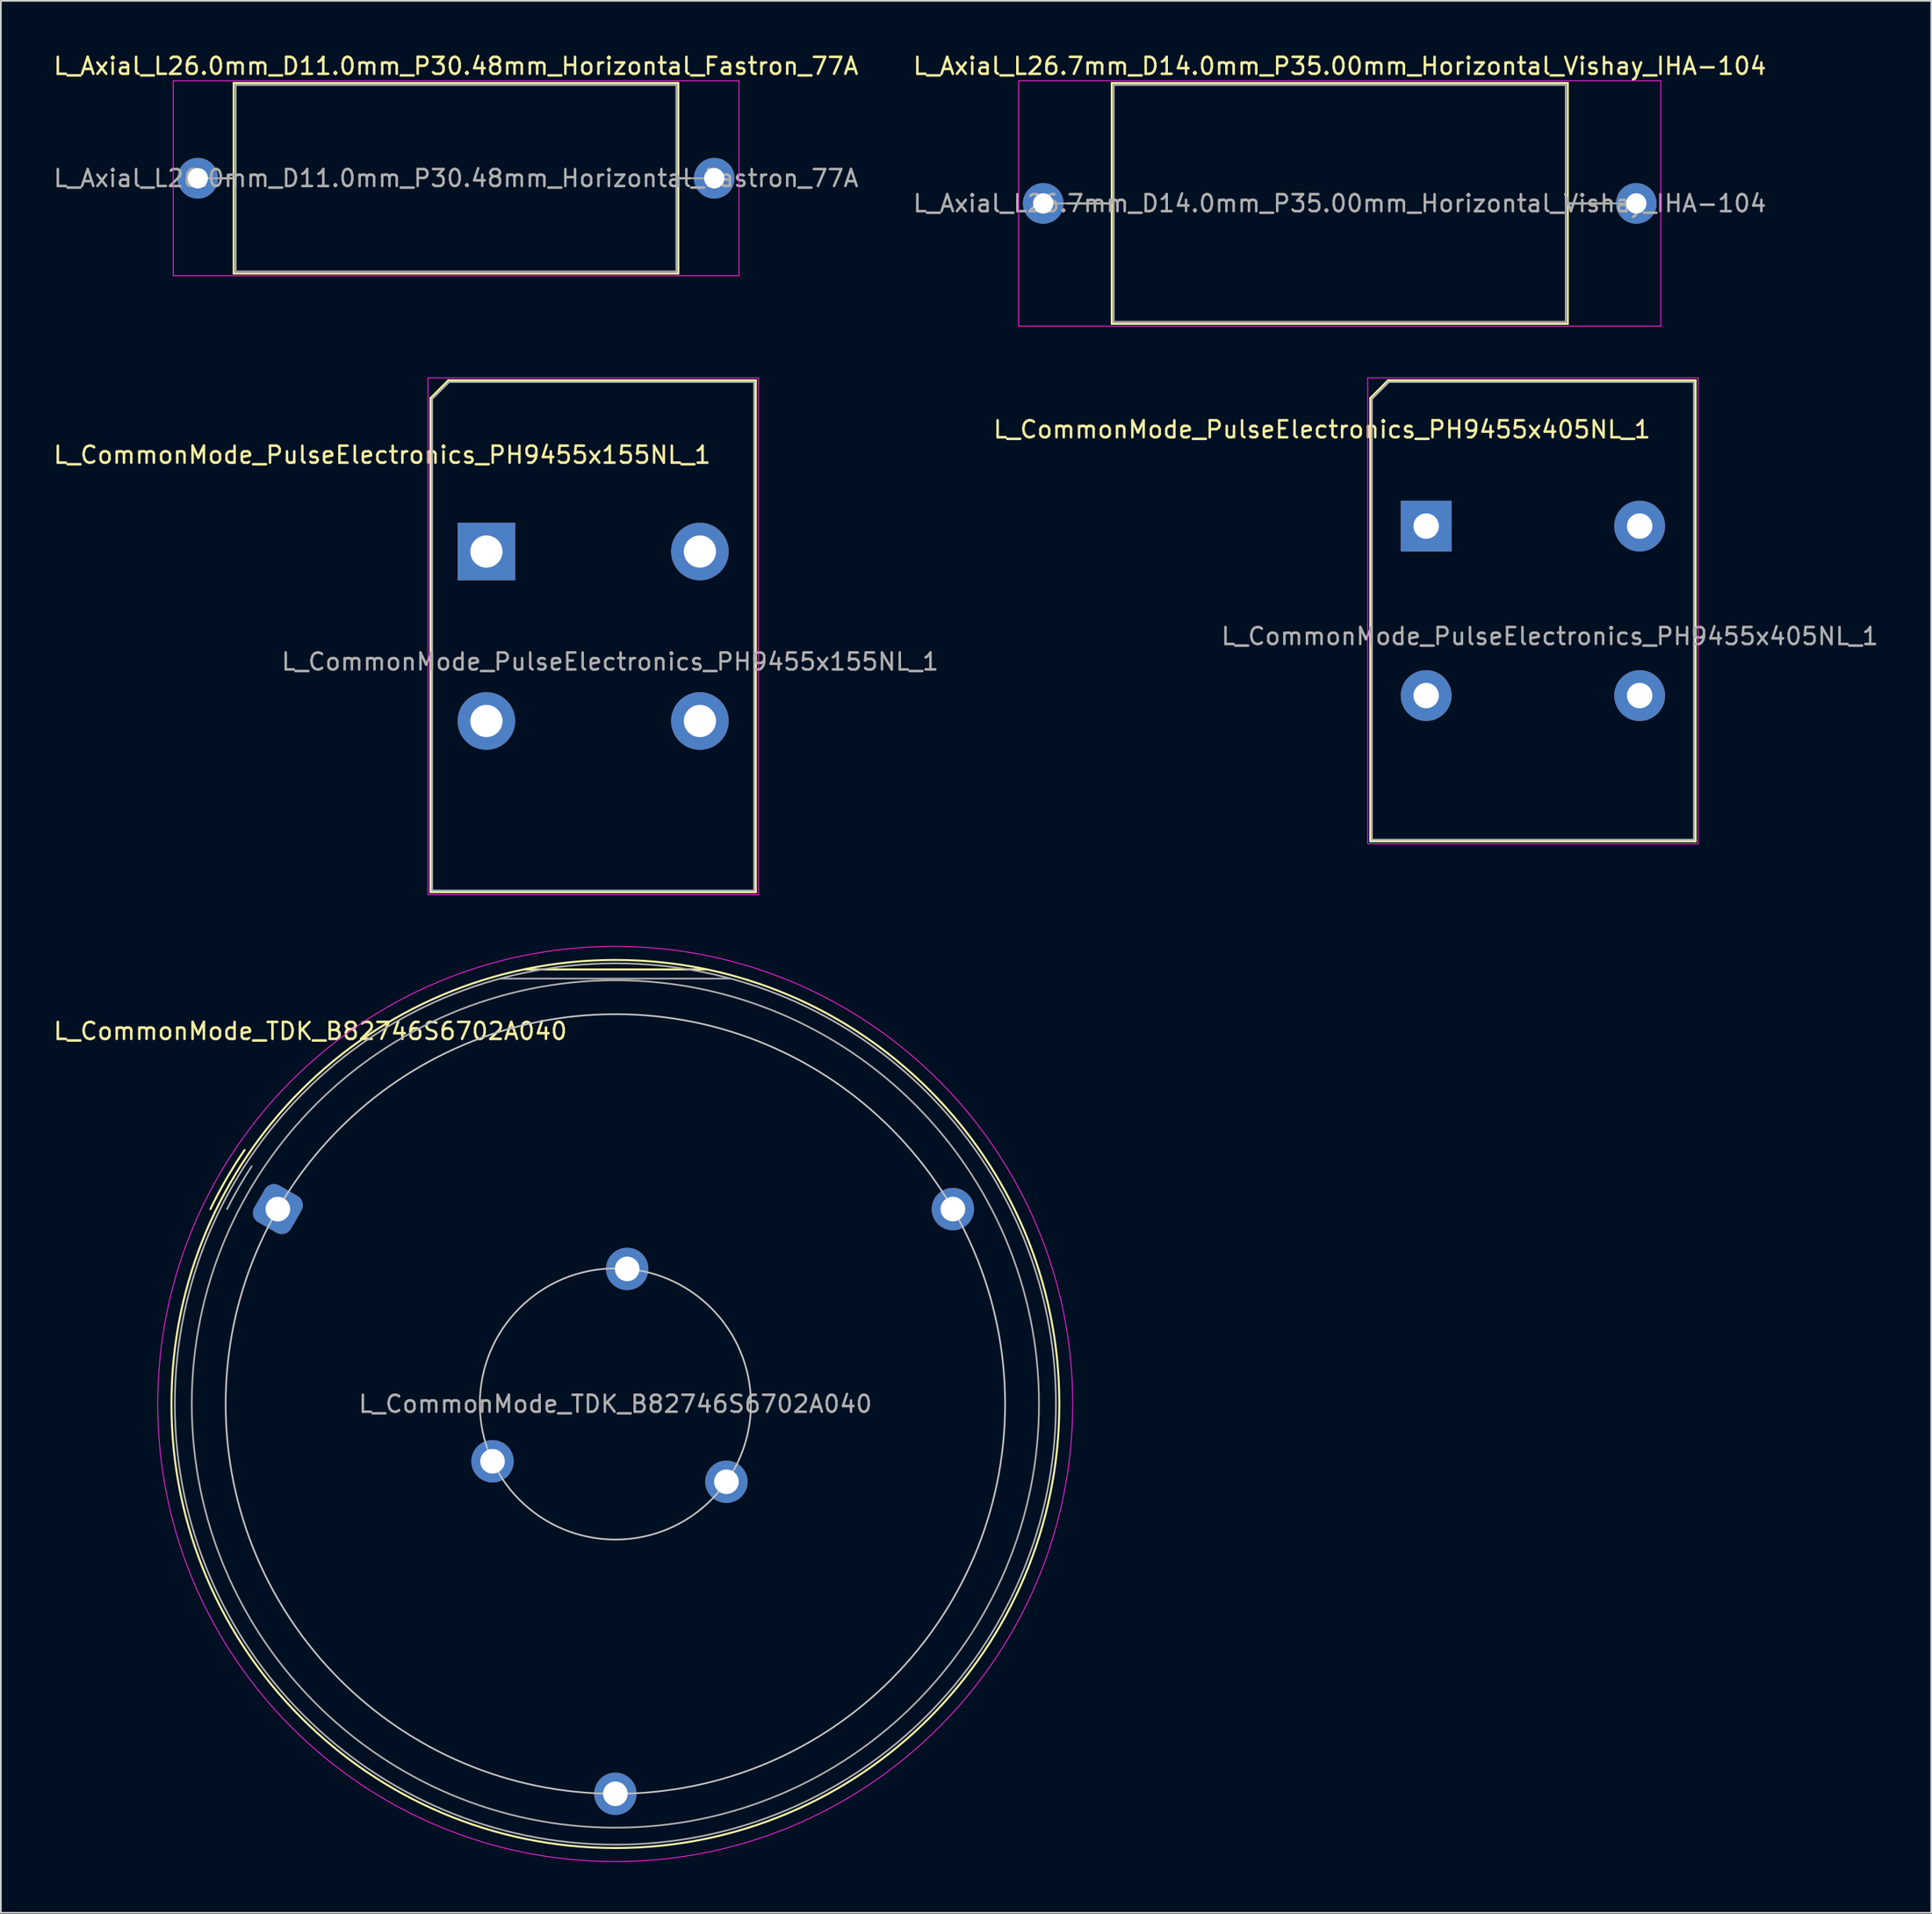
<source format=kicad_pcb>
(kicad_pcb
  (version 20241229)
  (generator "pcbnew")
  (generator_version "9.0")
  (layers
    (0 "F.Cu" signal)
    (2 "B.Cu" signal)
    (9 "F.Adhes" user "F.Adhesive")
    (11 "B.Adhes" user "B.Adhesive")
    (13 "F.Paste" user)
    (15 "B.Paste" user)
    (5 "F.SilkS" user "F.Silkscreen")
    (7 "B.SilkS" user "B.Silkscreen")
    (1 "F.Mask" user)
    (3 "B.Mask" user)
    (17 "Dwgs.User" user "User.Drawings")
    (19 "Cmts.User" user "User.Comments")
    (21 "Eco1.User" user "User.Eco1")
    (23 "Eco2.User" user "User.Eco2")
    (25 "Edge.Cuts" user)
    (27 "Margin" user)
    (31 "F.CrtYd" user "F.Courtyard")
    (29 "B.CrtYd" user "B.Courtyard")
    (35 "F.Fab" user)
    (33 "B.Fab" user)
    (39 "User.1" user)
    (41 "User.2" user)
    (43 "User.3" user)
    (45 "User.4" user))
  (footprint "L_CommonMode_PulseElectronics_PH9455x405NL_1"
    (layer "F.Cu")
    (at 81.118 27.993)
    (property "Reference" "L_CommonMode_PulseElectronics_PH9455x405NL_1" (at -6.15 -5.7 0) (unlocked yes) (layer "F.SilkS") (effects (font (size 1 1) (thickness 0.15))))
    (attr through_hole)
    (fp_line (start -3.3 -7.55) (end -3.3 18.6) (stroke (width 0.12) (type solid)) (layer "F.SilkS"))
    (fp_line (start -3.3 18.6) (end 15.9 18.6) (stroke (width 0.12) (type solid)) (layer "F.SilkS"))
    (fp_line (start -2.25 -8.6) (end -3.3 -7.55) (stroke (width 0.12) (type solid)) (layer "F.SilkS"))
    (fp_line (start 15.9 -8.6) (end -2.25 -8.6) (stroke (width 0.12) (type solid)) (layer "F.SilkS"))
    (fp_line (start 15.9 18.6) (end 15.9 -8.6) (stroke (width 0.12) (type solid)) (layer "F.SilkS"))
    (fp_rect (start -3.45 -8.75) (end 16.05 18.75) (stroke (width 0.05) (type solid)) (fill no) (layer "F.CrtYd"))
    (fp_line (start -3.2 -7.5) (end -2.2 -8.5) (stroke (width 0.1) (type solid)) (layer "F.Fab"))
    (fp_line (start -3.2 18.5) (end -3.2 -7.5) (stroke (width 0.1) (type solid)) (layer "F.Fab"))
    (fp_line (start -2.2 -8.5) (end 15.8 -8.5) (stroke (width 0.1) (type solid)) (layer "F.Fab"))
    (fp_line (start 15.8 -8.5) (end 15.8 18.5) (stroke (width 0.1) (type solid)) (layer "F.Fab"))
    (fp_line (start 15.8 18.5) (end -3.2 18.5) (stroke (width 0.1) (type solid)) (layer "F.Fab"))
    (fp_text user "${REFERENCE}" (at 7.3 6.5 0) (unlocked yes) (layer "F.Fab") (effects (font (size 1 1) (thickness 0.15))))
    (pad "1" thru_hole rect (at 0 0) (size 3 3) (drill 1.5) (layers "*.Cu" "*.Mask"))
    (pad "2" thru_hole circle (at 0 10) (size 3 3) (drill 1.5) (layers "*.Cu" "*.Mask"))
    (pad "3" thru_hole circle (at 12.6 10) (size 3 3) (drill 1.5) (layers "*.Cu" "*.Mask"))
    (pad "4" thru_hole circle (at 12.6 0) (size 3 3) (drill 1.5) (layers "*.Cu" "*.Mask")))
  (footprint "L_Axial_L26.0mm_D11.0mm_P30.48mm_Horizontal_Fastron_77A"
    (layer "F.Cu")
    (at 8.623 7.468)
    (property "Reference" "L_Axial_L26.0mm_D11.0mm_P30.48mm_Horizontal_Fastron_77A" (at 15.24 -6.62 0) (layer "F.SilkS") (effects (font (size 1 1) (thickness 0.15))))
    (attr through_hole)
    (fp_line (start 1.44 0) (end 2.12 0) (stroke (width 0.12) (type solid)) (layer "F.SilkS"))
    (fp_line (start 2.12 -5.62) (end 2.12 5.62) (stroke (width 0.12) (type solid)) (layer "F.SilkS"))
    (fp_line (start 2.12 5.62) (end 28.36 5.62) (stroke (width 0.12) (type solid)) (layer "F.SilkS"))
    (fp_line (start 28.36 -5.62) (end 2.12 -5.62) (stroke (width 0.12) (type solid)) (layer "F.SilkS"))
    (fp_line (start 28.36 5.62) (end 28.36 -5.62) (stroke (width 0.12) (type solid)) (layer "F.SilkS"))
    (fp_line (start 29.04 0) (end 28.36 0) (stroke (width 0.12) (type solid)) (layer "F.SilkS"))
    (fp_line (start -1.45 -5.75) (end -1.45 5.75) (stroke (width 0.05) (type solid)) (layer "F.CrtYd"))
    (fp_line (start -1.45 5.75) (end 31.94 5.75) (stroke (width 0.05) (type solid)) (layer "F.CrtYd"))
    (fp_line (start 31.94 -5.75) (end -1.45 -5.75) (stroke (width 0.05) (type solid)) (layer "F.CrtYd"))
    (fp_line (start 31.94 5.75) (end 31.94 -5.75) (stroke (width 0.05) (type solid)) (layer "F.CrtYd"))
    (fp_line (start 0 0) (end 2.24 0) (stroke (width 0.1) (type solid)) (layer "F.Fab"))
    (fp_line (start 2.24 -5.5) (end 2.24 5.5) (stroke (width 0.1) (type solid)) (layer "F.Fab"))
    (fp_line (start 2.24 5.5) (end 28.24 5.5) (stroke (width 0.1) (type solid)) (layer "F.Fab"))
    (fp_line (start 28.24 -5.5) (end 2.24 -5.5) (stroke (width 0.1) (type solid)) (layer "F.Fab"))
    (fp_line (start 28.24 5.5) (end 28.24 -5.5) (stroke (width 0.1) (type solid)) (layer "F.Fab"))
    (fp_line (start 30.48 0) (end 28.24 0) (stroke (width 0.1) (type solid)) (layer "F.Fab"))
    (fp_text user "${REFERENCE}" (at 15.24 0 0) (layer "F.Fab") (effects (font (size 1 1) (thickness 0.15))))
    (pad "1" thru_hole circle (at 0 0) (size 2.4 2.4) (drill 1.2) (layers "*.Cu" "*.Mask"))
    (pad "2" thru_hole oval (at 30.48 0) (size 2.4 2.4) (drill 1.2) (layers "*.Cu" "*.Mask")))
  (footprint "L_CommonMode_PulseElectronics_PH9455x155NL_1"
    (layer "F.Cu")
    (at 25.656 29.493)
    (property "Reference" "L_CommonMode_PulseElectronics_PH9455x155NL_1" (at -6.15 -5.7 0) (unlocked yes) (layer "F.SilkS") (effects (font (size 1 1) (thickness 0.15))))
    (attr through_hole)
    (fp_line (start -3.3 -9.05) (end -3.3 20.1) (stroke (width 0.12) (type solid)) (layer "F.SilkS"))
    (fp_line (start -3.3 20.1) (end 15.9 20.1) (stroke (width 0.12) (type solid)) (layer "F.SilkS"))
    (fp_line (start -2.25 -10.1) (end -3.3 -9.05) (stroke (width 0.12) (type solid)) (layer "F.SilkS"))
    (fp_line (start 15.9 -10.1) (end -2.25 -10.1) (stroke (width 0.12) (type solid)) (layer "F.SilkS"))
    (fp_line (start 15.9 20.1) (end 15.9 -10.1) (stroke (width 0.12) (type solid)) (layer "F.SilkS"))
    (fp_rect (start -3.45 -10.25) (end 16.05 20.25) (stroke (width 0.05) (type solid)) (fill no) (layer "F.CrtYd"))
    (fp_line (start -3.2 -9) (end -2.2 -10) (stroke (width 0.1) (type solid)) (layer "F.Fab"))
    (fp_line (start -3.2 20) (end -3.2 -9) (stroke (width 0.1) (type solid)) (layer "F.Fab"))
    (fp_line (start -2.2 -10) (end 15.8 -10) (stroke (width 0.1) (type solid)) (layer "F.Fab"))
    (fp_line (start 15.8 -10) (end 15.8 20) (stroke (width 0.1) (type solid)) (layer "F.Fab"))
    (fp_line (start 15.8 20) (end -3.2 20) (stroke (width 0.1) (type solid)) (layer "F.Fab"))
    (fp_text user "${REFERENCE}" (at 7.3 6.5 0) (unlocked yes) (layer "F.Fab") (effects (font (size 1 1) (thickness 0.15))))
    (pad "1" thru_hole rect (at 0 0) (size 3.4 3.4) (drill 1.9) (layers "*.Cu" "*.Mask"))
    (pad "2" thru_hole circle (at 0 10) (size 3.4 3.4) (drill 1.9) (layers "*.Cu" "*.Mask"))
    (pad "3" thru_hole circle (at 12.6 10) (size 3.4 3.4) (drill 1.9) (layers "*.Cu" "*.Mask"))
    (pad "4" thru_hole circle (at 12.6 0) (size 3.4 3.4) (drill 1.9) (layers "*.Cu" "*.Mask")))
  (footprint "L_Axial_L26.7mm_D14.0mm_P35.00mm_Horizontal_Vishay_IHA-104"
    (layer "F.Cu")
    (at 58.518 8.953)
    (property "Reference" "L_Axial_L26.7mm_D14.0mm_P35.00mm_Horizontal_Vishay_IHA-104" (at 17.5 -8.105 0) (layer "F.SilkS") (effects (font (size 1 1) (thickness 0.15))))
    (attr through_hole)
    (fp_line (start 1.44 0) (end 4.045 0) (stroke (width 0.12) (type solid)) (layer "F.SilkS"))
    (fp_line (start 4.045 -7.105) (end 4.045 7.105) (stroke (width 0.12) (type solid)) (layer "F.SilkS"))
    (fp_line (start 4.045 7.105) (end 30.955 7.105) (stroke (width 0.12) (type solid)) (layer "F.SilkS"))
    (fp_line (start 30.955 -7.105) (end 4.045 -7.105) (stroke (width 0.12) (type solid)) (layer "F.SilkS"))
    (fp_line (start 30.955 7.105) (end 30.955 -7.105) (stroke (width 0.12) (type solid)) (layer "F.SilkS"))
    (fp_line (start 33.56 0) (end 30.955 0) (stroke (width 0.12) (type solid)) (layer "F.SilkS"))
    (fp_line (start -1.45 -7.24) (end -1.45 7.24) (stroke (width 0.05) (type solid)) (layer "F.CrtYd"))
    (fp_line (start -1.45 7.24) (end 36.45 7.24) (stroke (width 0.05) (type solid)) (layer "F.CrtYd"))
    (fp_line (start 36.45 -7.24) (end -1.45 -7.24) (stroke (width 0.05) (type solid)) (layer "F.CrtYd"))
    (fp_line (start 36.45 7.24) (end 36.45 -7.24) (stroke (width 0.05) (type solid)) (layer "F.CrtYd"))
    (fp_line (start 0 0) (end 4.165 0) (stroke (width 0.1) (type solid)) (layer "F.Fab"))
    (fp_line (start 4.165 -6.985) (end 4.165 6.985) (stroke (width 0.1) (type solid)) (layer "F.Fab"))
    (fp_line (start 4.165 6.985) (end 30.835 6.985) (stroke (width 0.1) (type solid)) (layer "F.Fab"))
    (fp_line (start 30.835 -6.985) (end 4.165 -6.985) (stroke (width 0.1) (type solid)) (layer "F.Fab"))
    (fp_line (start 30.835 6.985) (end 30.835 -6.985) (stroke (width 0.1) (type solid)) (layer "F.Fab"))
    (fp_line (start 35 0) (end 30.835 0) (stroke (width 0.1) (type solid)) (layer "F.Fab"))
    (fp_text user "${REFERENCE}" (at 17.5 0 0) (layer "F.Fab") (effects (font (size 1 1) (thickness 0.15))))
    (pad "1" thru_hole circle (at 0 0) (size 2.4 2.4) (drill 1.2) (layers "*.Cu" "*.Mask"))
    (pad "2" thru_hole oval (at 35 0) (size 2.4 2.4) (drill 1.2) (layers "*.Cu" "*.Mask")))
  (footprint "L_CommonMode_TDK_B82746S6702A040"
    (layer "F.Cu")
    (at 13.349 68.293)
    (property "Reference" "L_CommonMode_TDK_B82746S6702A040" (at 1.919 -10.5 0) (layer "F.SilkS") (effects (font (size 1 1) (thickness 0.15))))
    (attr through_hole)
    (fp_line (start 14.58 -14.14) (end 25.28 -14.14) (stroke (width 0.12) (type default)) (layer "F.SilkS"))
    (fp_arc (start -3.981416 0) (mid -3.038806 -1.782253) (end -1.963537 -3.487754) (stroke (width 0.12) (type default)) (layer "F.SilkS"))
    (fp_circle (center 19.919 11.5) (end 46.119 11.5) (stroke (width 0.12) (type default)) (fill no) (layer "F.SilkS"))
    (fp_circle (center 19.919 11.5) (end 27.919 11.5) (stroke (width 0.1) (type default)) (fill no) (layer "Dwgs.User"))
    (fp_circle (center 19.919 11.5) (end 42.919 11.5) (stroke (width 0.1) (type default)) (fill no) (layer "Dwgs.User"))
    (fp_circle (center 19.91 11.5) (end 46.91 11.5) (stroke (width 0.05) (type default)) (fill no) (layer "F.CrtYd"))
    (fp_line (start 26.65 -13.6) (end 13.15 -13.6) (stroke (width 0.1) (type default)) (layer "F.Fab"))
    (fp_arc (start -2.999999 0) (mid -2.308522 -1.285429) (end -1.545025 -2.52943) (stroke (width 0.1) (type default)) (layer "F.Fab"))
    (fp_circle (center 19.919 11.5) (end 44.919 11.5) (stroke (width 0.1) (type default)) (fill no) (layer "F.Fab"))
    (fp_circle (center 19.919 11.5) (end 45.919 11.5) (stroke (width 0.1) (type default)) (fill no) (layer "F.Fab"))
    (fp_text user "${REFERENCE}" (at 19.919 11.5 0) (layer "F.Fab") (effects (font (size 1 1) (thickness 0.15))))
    (pad "1" thru_hole roundrect (at 0 0 150) (size 2.5 2.5) (drill 1.45) (layers "*.Cu" "*.Mask") (roundrect_rratio 0.25))
    (pad "2" thru_hole circle (at 19.919 34.5 20) (size 2.5 2.5) (drill 1.45) (layers "*.Cu" "*.Mask"))
    (pad "3" thru_hole circle (at 39.837 0 260) (size 2.5 2.5) (drill 1.45) (layers "*.Cu" "*.Mask"))
    (pad "4" thru_hole circle (at 26.472 16.089 52) (size 2.5 2.5) (drill 1.45) (layers "*.Cu" "*.Mask"))
    (pad "5" thru_hole circle (at 12.668 14.881 292) (size 2.5 2.5) (drill 1.45) (layers "*.Cu" "*.Mask"))
    (pad "6" thru_hole circle (at 20.616 3.53 172) (size 2.5 2.5) (drill 1.45) (layers "*.Cu" "*.Mask")))
  (gr_rect
    (start -3 -3)
    (end 110.924 109.818)
    (stroke (width 0.1) (type default))
    (fill no)
    (layer "Edge.Cuts")))
</source>
